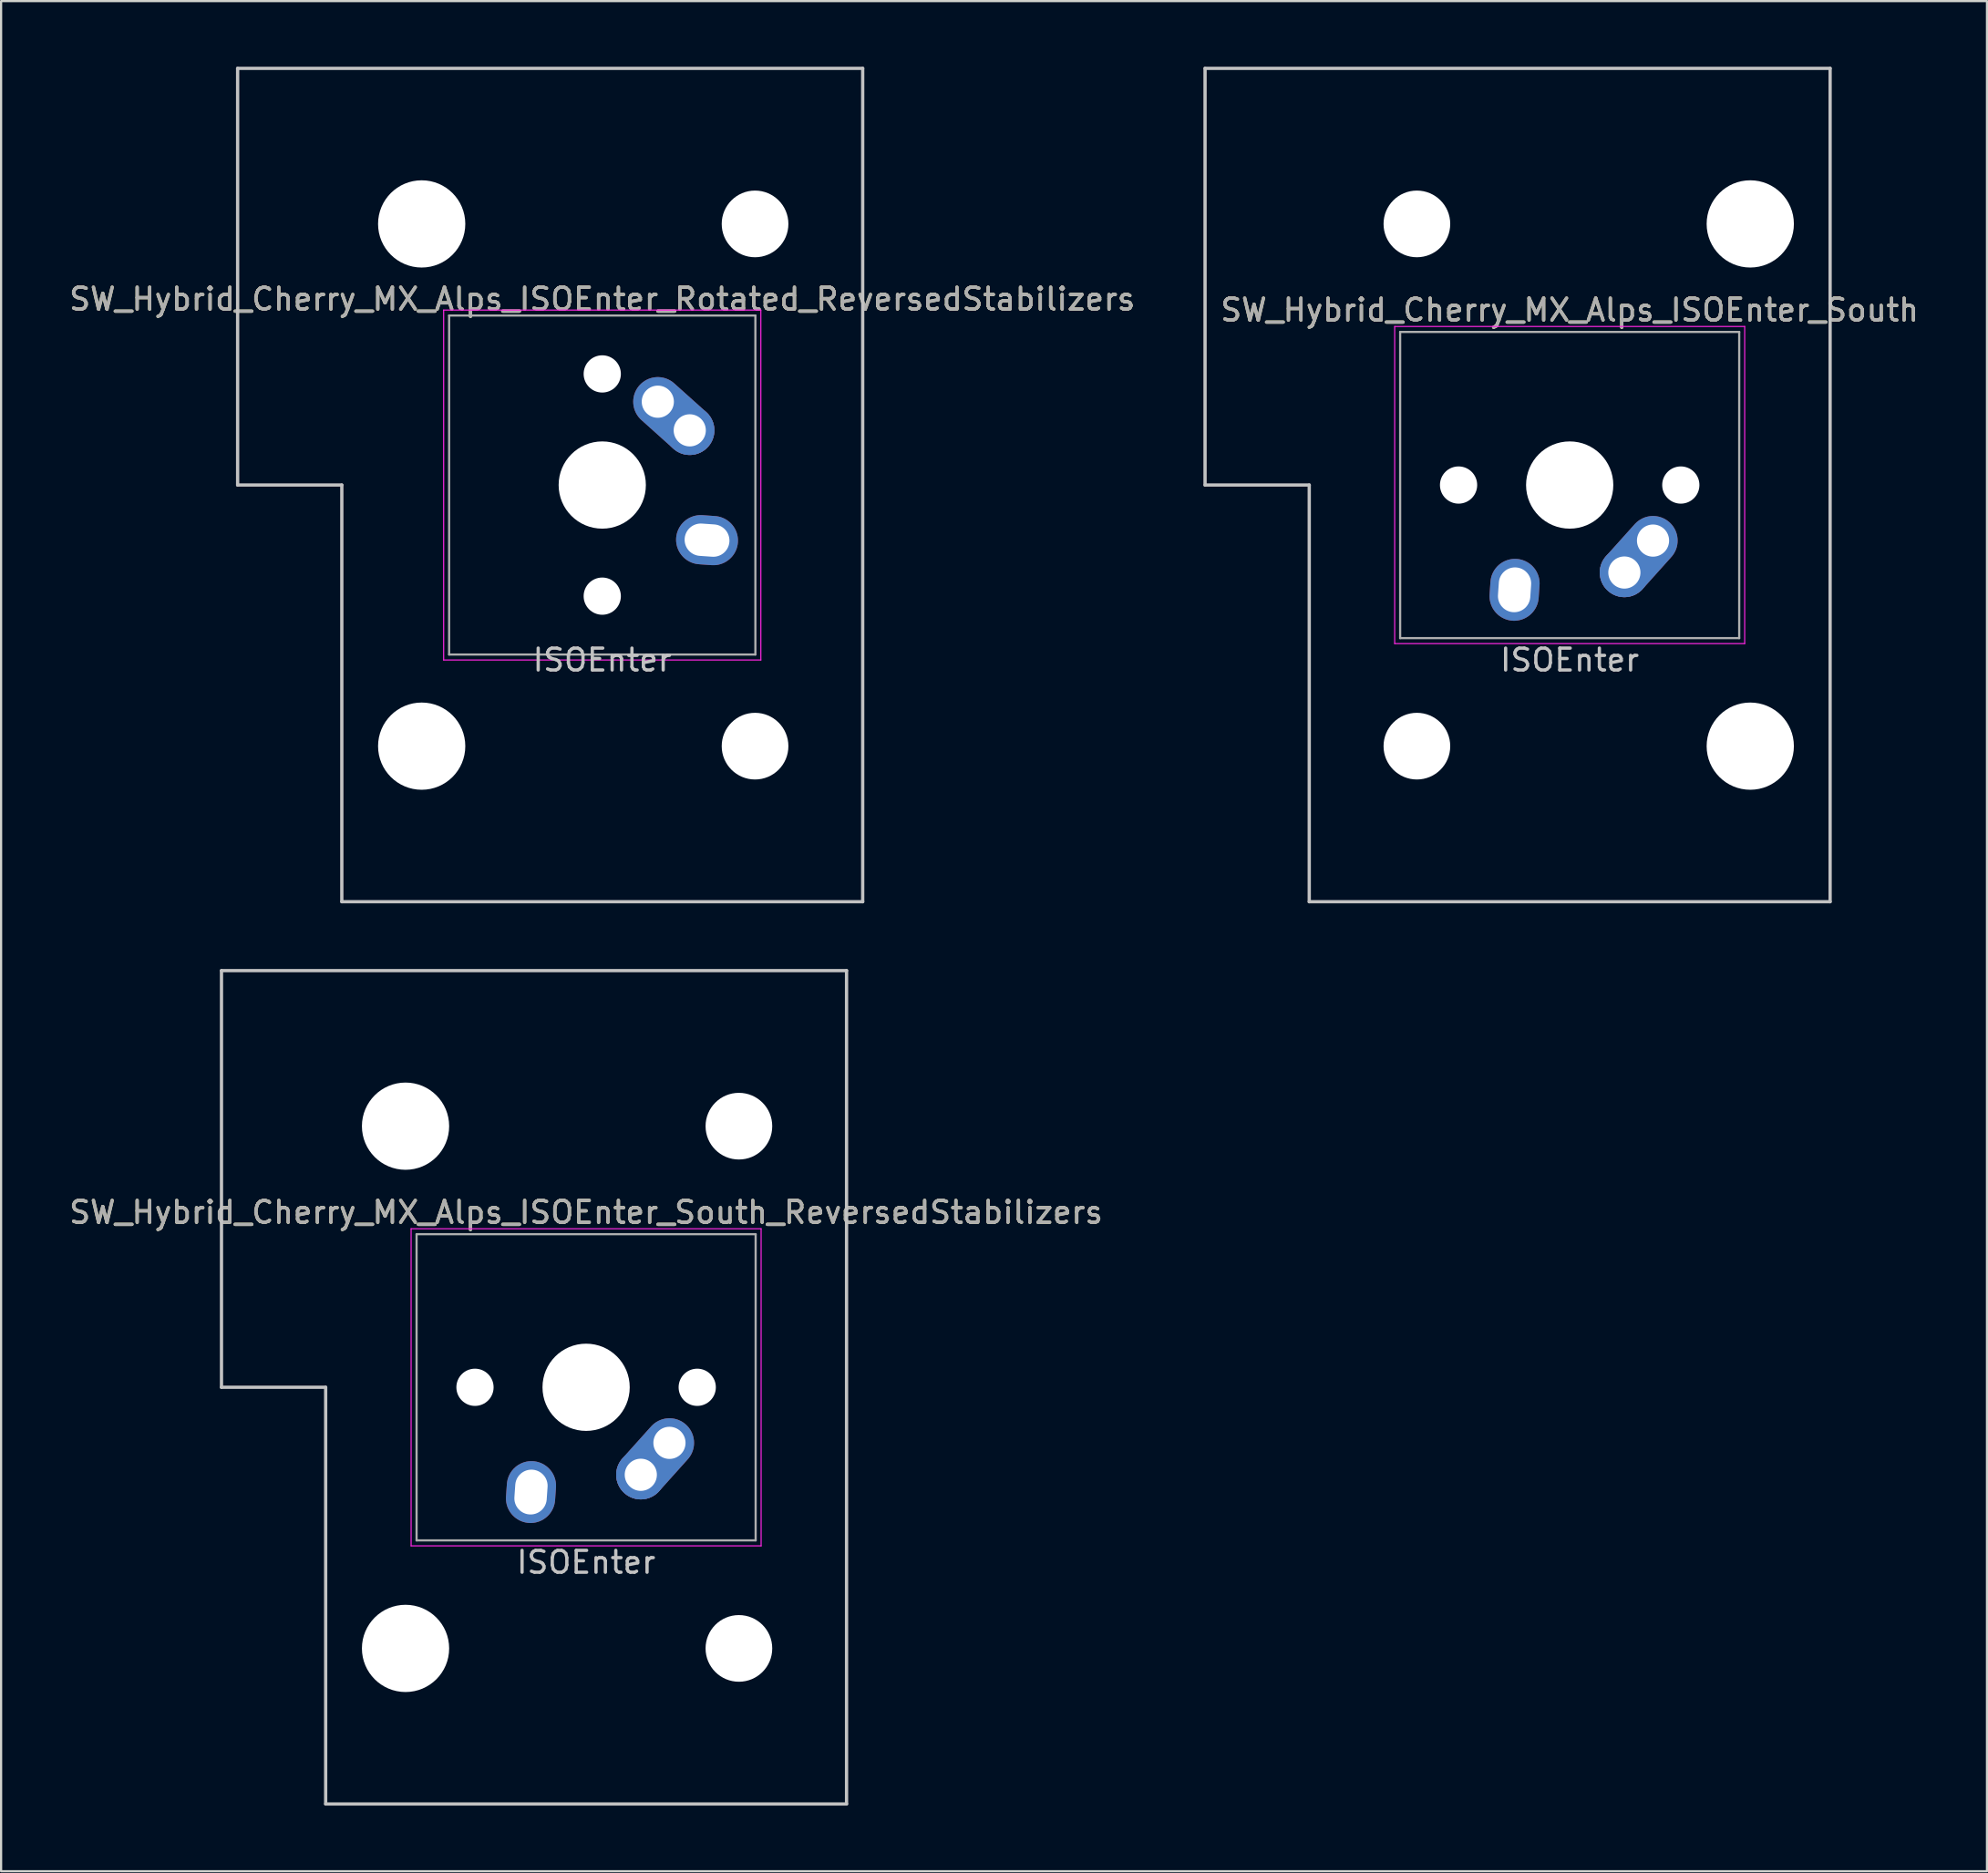
<source format=kicad_pcb>
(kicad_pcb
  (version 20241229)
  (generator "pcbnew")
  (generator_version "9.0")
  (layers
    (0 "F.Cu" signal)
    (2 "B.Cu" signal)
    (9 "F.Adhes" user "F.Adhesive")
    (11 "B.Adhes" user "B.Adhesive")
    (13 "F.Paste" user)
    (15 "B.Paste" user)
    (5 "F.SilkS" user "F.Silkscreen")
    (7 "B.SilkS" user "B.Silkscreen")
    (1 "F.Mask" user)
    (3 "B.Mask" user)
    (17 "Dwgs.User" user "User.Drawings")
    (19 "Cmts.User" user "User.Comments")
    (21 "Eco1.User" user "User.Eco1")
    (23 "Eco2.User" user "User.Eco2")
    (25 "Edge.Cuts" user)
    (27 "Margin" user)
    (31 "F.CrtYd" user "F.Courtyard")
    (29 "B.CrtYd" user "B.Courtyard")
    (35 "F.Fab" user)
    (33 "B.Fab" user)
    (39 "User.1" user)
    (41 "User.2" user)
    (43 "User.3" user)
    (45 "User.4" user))
  (footprint "SW_Hybrid_Cherry_MX_Alps_ISOEnter_Rotated_ReversedStabilizers"
    (layer "F.Cu")
    (at 24.482 19.125)
    (property "Reference" "SW_Hybrid_Cherry_MX_Alps_ISOEnter_Rotated_ReversedStabilizers" (at 0 -8.5 0) (layer "F.SilkS") (effects (font (size 1 1) (thickness 0.15))))
    (attr through_hole)
    (fp_line (start -16.669 -19.05) (end -16.669 0) (stroke (width 0.15) (type solid)) (layer "Dwgs.User"))
    (fp_line (start -16.669 -19.05) (end 11.906 -19.05) (stroke (width 0.15) (type solid)) (layer "Dwgs.User"))
    (fp_line (start -11.906 0) (end -16.669 0) (stroke (width 0.15) (type solid)) (layer "Dwgs.User"))
    (fp_line (start -11.906 19.05) (end -11.906 0) (stroke (width 0.15) (type solid)) (layer "Dwgs.User"))
    (fp_line (start -11.906 19.05) (end 11.906 19.05) (stroke (width 0.15) (type solid)) (layer "Dwgs.User"))
    (fp_line (start 11.906 -19.05) (end 11.906 19.05) (stroke (width 0.15) (type solid)) (layer "Dwgs.User"))
    (fp_line (start -7.25 -8) (end 7.25 -8) (stroke (width 0.05) (type solid)) (layer "F.CrtYd"))
    (fp_line (start -7.25 8) (end -7.25 -8) (stroke (width 0.05) (type solid)) (layer "F.CrtYd"))
    (fp_line (start 7.25 -8) (end 7.25 8) (stroke (width 0.05) (type solid)) (layer "F.CrtYd"))
    (fp_line (start 7.25 8) (end -7.25 8) (stroke (width 0.05) (type solid)) (layer "F.CrtYd"))
    (fp_line (start -7 -7.75) (end 7 -7.75) (stroke (width 0.1) (type solid)) (layer "F.Fab"))
    (fp_line (start -7 7.75) (end -7 -7.75) (stroke (width 0.1) (type solid)) (layer "F.Fab"))
    (fp_line (start 7 -7.75) (end 7 7.75) (stroke (width 0.1) (type solid)) (layer "F.Fab"))
    (fp_line (start 7 7.75) (end -7 7.75) (stroke (width 0.1) (type solid)) (layer "F.Fab"))
    (fp_text user "ISOEnter" (at 0 8 0) (layer "Dwgs.User") (effects (font (size 1 1) (thickness 0.15))))
    (fp_text user "${REFERENCE}" (at 0 -8.5 0) (layer "F.Fab") (effects (font (size 1 1) (thickness 0.15))))
    (pad "" np_thru_hole circle (at -8.255 -11.938) (size 3.988 3.988) (drill 3.988) (layers "*.Cu" "*.Mask"))
    (pad "" np_thru_hole circle (at -8.255 11.938) (size 3.988 3.988) (drill 3.988) (layers "*.Cu" "*.Mask"))
    (pad "" np_thru_hole circle (at 0 -5.08 48.1) (size 1.702 1.702) (drill 1.702) (layers "*.Cu" "*.Mask"))
    (pad "" np_thru_hole circle (at 0 0 270) (size 3.988 3.988) (drill 3.988) (layers "*.Cu" "*.Mask"))
    (pad "" np_thru_hole circle (at 0 5.08 48.1) (size 1.702 1.702) (drill 1.702) (layers "*.Cu" "*.Mask"))
    (pad "" np_thru_hole circle (at 6.985 -11.938) (size 3.048 3.048) (drill 3.048) (layers "*.Cu" "*.Mask"))
    (pad "" np_thru_hole circle (at 6.985 11.938) (size 3.048 3.048) (drill 3.048) (layers "*.Cu" "*.Mask"))
    (pad "1" thru_hole oval (at 2.54 -3.81 318.1) (size 4.212 2.25) (drill 1.47 (offset 0.981 0)) (layers "*.Cu" "B.Mask"))
    (pad "1" thru_hole circle (at 4 -2.5 270) (size 2.25 2.25) (drill 1.47) (layers "*.Cu" "B.Mask"))
    (pad "2" thru_hole oval (at 4.79 2.52 356) (size 2.831 2.25) (drill oval 2.051 1.48) (layers "*.Cu" "B.Mask")))
  (footprint "SW_Hybrid_Cherry_MX_Alps_ISOEnter_South_ReversedStabilizers"
    (layer "F.Cu")
    (at 23.744 60.375)
    (property "Reference" "SW_Hybrid_Cherry_MX_Alps_ISOEnter_South_ReversedStabilizers" (at 0 -8 0) (layer "F.SilkS") (effects (font (size 1 1) (thickness 0.15))))
    (attr through_hole)
    (fp_line (start -16.669 -19.05) (end -16.669 0) (stroke (width 0.15) (type solid)) (layer "Dwgs.User"))
    (fp_line (start -16.669 -19.05) (end 11.906 -19.05) (stroke (width 0.15) (type solid)) (layer "Dwgs.User"))
    (fp_line (start -11.906 0) (end -16.669 0) (stroke (width 0.15) (type solid)) (layer "Dwgs.User"))
    (fp_line (start -11.906 19.05) (end -11.906 0) (stroke (width 0.15) (type solid)) (layer "Dwgs.User"))
    (fp_line (start -11.906 19.05) (end 11.906 19.05) (stroke (width 0.15) (type solid)) (layer "Dwgs.User"))
    (fp_line (start 11.906 -19.05) (end 11.906 19.05) (stroke (width 0.15) (type solid)) (layer "Dwgs.User"))
    (fp_line (start -8 -7.25) (end 8 -7.25) (stroke (width 0.05) (type solid)) (layer "F.CrtYd"))
    (fp_line (start -8 7.25) (end -8 -7.25) (stroke (width 0.05) (type solid)) (layer "F.CrtYd"))
    (fp_line (start 8 -7.25) (end 8 7.25) (stroke (width 0.05) (type solid)) (layer "F.CrtYd"))
    (fp_line (start 8 7.25) (end -8 7.25) (stroke (width 0.05) (type solid)) (layer "F.CrtYd"))
    (fp_line (start -7.75 -7) (end 7.75 -7) (stroke (width 0.1) (type solid)) (layer "F.Fab"))
    (fp_line (start -7.75 7) (end -7.75 -7) (stroke (width 0.1) (type solid)) (layer "F.Fab"))
    (fp_line (start 7.75 -7) (end 7.75 7) (stroke (width 0.1) (type solid)) (layer "F.Fab"))
    (fp_line (start 7.75 7) (end -7.75 7) (stroke (width 0.1) (type solid)) (layer "F.Fab"))
    (fp_text user "ISOEnter" (at 0 8 0) (layer "Dwgs.User") (effects (font (size 1 1) (thickness 0.15))))
    (fp_text user "${REFERENCE}" (at 0 -8 0) (layer "F.Fab") (effects (font (size 1 1) (thickness 0.15))))
    (pad "" np_thru_hole circle (at -8.255 -11.938) (size 3.988 3.988) (drill 3.988) (layers "*.Cu" "*.Mask"))
    (pad "" np_thru_hole circle (at -8.255 11.938) (size 3.988 3.988) (drill 3.988) (layers "*.Cu" "*.Mask"))
    (pad "" np_thru_hole circle (at -5.08 0 318.1) (size 1.702 1.702) (drill 1.702) (layers "*.Cu" "*.Mask"))
    (pad "" np_thru_hole circle (at 0 0 180) (size 3.988 3.988) (drill 3.988) (layers "*.Cu" "*.Mask"))
    (pad "" np_thru_hole circle (at 5.08 0 318.1) (size 1.702 1.702) (drill 1.702) (layers "*.Cu" "*.Mask"))
    (pad "" np_thru_hole circle (at 6.985 -11.938) (size 3.048 3.048) (drill 3.048) (layers "*.Cu" "*.Mask"))
    (pad "" np_thru_hole circle (at 6.985 11.938) (size 3.048 3.048) (drill 3.048) (layers "*.Cu" "*.Mask"))
    (pad "1" thru_hole circle (at 2.5 4 180) (size 2.25 2.25) (drill 1.47) (layers "*.Cu" "B.Mask"))
    (pad "1" thru_hole oval (at 3.81 2.54 228.1) (size 4.212 2.25) (drill 1.47 (offset 0.981 0)) (layers "*.Cu" "B.Mask"))
    (pad "2" thru_hole oval (at -2.52 4.79 266) (size 2.831 2.25) (drill oval 2.051 1.48) (layers "*.Cu" "B.Mask")))
  (footprint "SW_Hybrid_Cherry_MX_Alps_ISOEnter_South"
    (layer "F.Cu")
    (at 68.708 19.125)
    (property "Reference" "SW_Hybrid_Cherry_MX_Alps_ISOEnter_South" (at 0 -8 0) (layer "F.SilkS") (effects (font (size 1 1) (thickness 0.15))))
    (attr through_hole)
    (fp_line (start -16.669 -19.05) (end -16.669 0) (stroke (width 0.15) (type solid)) (layer "Dwgs.User"))
    (fp_line (start -16.669 -19.05) (end 11.906 -19.05) (stroke (width 0.15) (type solid)) (layer "Dwgs.User"))
    (fp_line (start -11.906 0) (end -16.669 0) (stroke (width 0.15) (type solid)) (layer "Dwgs.User"))
    (fp_line (start -11.906 19.05) (end -11.906 0) (stroke (width 0.15) (type solid)) (layer "Dwgs.User"))
    (fp_line (start -11.906 19.05) (end 11.906 19.05) (stroke (width 0.15) (type solid)) (layer "Dwgs.User"))
    (fp_line (start 11.906 -19.05) (end 11.906 19.05) (stroke (width 0.15) (type solid)) (layer "Dwgs.User"))
    (fp_line (start -8 -7.25) (end 8 -7.25) (stroke (width 0.05) (type solid)) (layer "F.CrtYd"))
    (fp_line (start -8 7.25) (end -8 -7.25) (stroke (width 0.05) (type solid)) (layer "F.CrtYd"))
    (fp_line (start 8 -7.25) (end 8 7.25) (stroke (width 0.05) (type solid)) (layer "F.CrtYd"))
    (fp_line (start 8 7.25) (end -8 7.25) (stroke (width 0.05) (type solid)) (layer "F.CrtYd"))
    (fp_line (start -7.75 -7) (end 7.75 -7) (stroke (width 0.1) (type solid)) (layer "F.Fab"))
    (fp_line (start -7.75 7) (end -7.75 -7) (stroke (width 0.1) (type solid)) (layer "F.Fab"))
    (fp_line (start 7.75 -7) (end 7.75 7) (stroke (width 0.1) (type solid)) (layer "F.Fab"))
    (fp_line (start 7.75 7) (end -7.75 7) (stroke (width 0.1) (type solid)) (layer "F.Fab"))
    (fp_text user "ISOEnter" (at 0 8 0) (layer "Dwgs.User") (effects (font (size 1 1) (thickness 0.15))))
    (fp_text user "${REFERENCE}" (at 0 -8 0) (layer "F.Fab") (effects (font (size 1 1) (thickness 0.15))))
    (pad "" np_thru_hole circle (at -6.985 -11.938) (size 3.048 3.048) (drill 3.048) (layers "*.Cu" "*.Mask"))
    (pad "" np_thru_hole circle (at -6.985 11.938) (size 3.048 3.048) (drill 3.048) (layers "*.Cu" "*.Mask"))
    (pad "" np_thru_hole circle (at -5.08 0 318.1) (size 1.702 1.702) (drill 1.702) (layers "*.Cu" "*.Mask"))
    (pad "" np_thru_hole circle (at 0 0 180) (size 3.988 3.988) (drill 3.988) (layers "*.Cu" "*.Mask"))
    (pad "" np_thru_hole circle (at 5.08 0 318.1) (size 1.702 1.702) (drill 1.702) (layers "*.Cu" "*.Mask"))
    (pad "" np_thru_hole circle (at 8.255 -11.938) (size 3.988 3.988) (drill 3.988) (layers "*.Cu" "*.Mask"))
    (pad "" np_thru_hole circle (at 8.255 11.938) (size 3.988 3.988) (drill 3.988) (layers "*.Cu" "*.Mask"))
    (pad "1" thru_hole circle (at 2.5 4 180) (size 2.25 2.25) (drill 1.47) (layers "*.Cu" "B.Mask"))
    (pad "1" thru_hole oval (at 3.81 2.54 228.1) (size 4.212 2.25) (drill 1.47 (offset 0.981 0)) (layers "*.Cu" "B.Mask"))
    (pad "2" thru_hole oval (at -2.52 4.79 266) (size 2.831 2.25) (drill oval 2.051 1.48) (layers "*.Cu" "B.Mask")))
  (gr_rect
    (start -3 -3)
    (end 87.785 82.5)
    (stroke (width 0.1) (type default))
    (fill no)
    (layer "Edge.Cuts")))
</source>
